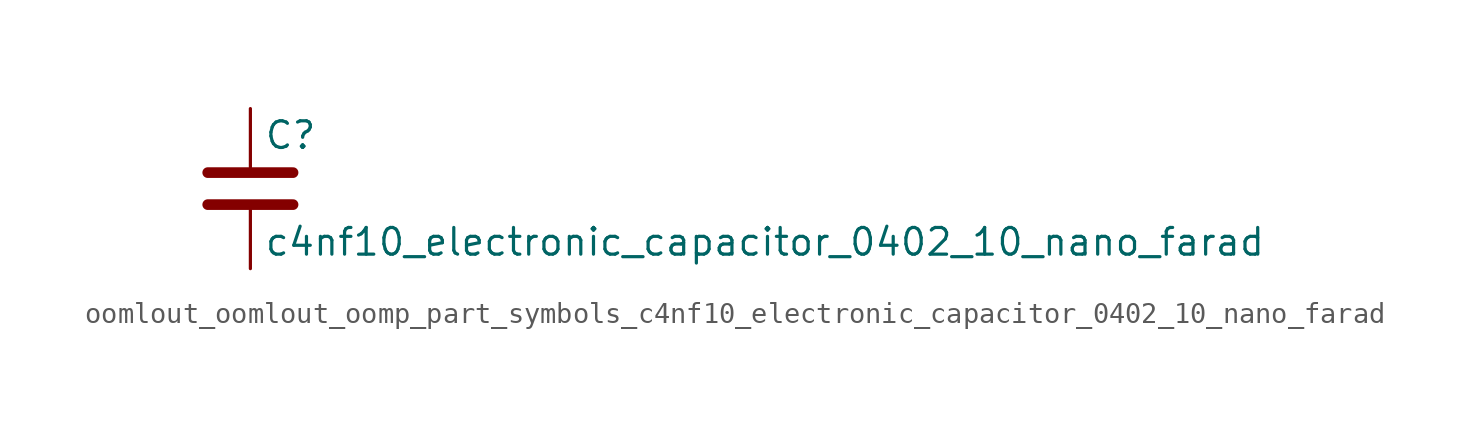
<source format=kicad_sym>
(kicad_symbol_lib
  (version 20220914)
  (generator kicad_symbol_editor)
  (symbol "oomlout_oomlout_oomp_part_symbols_c4nf10_electronic_capacitor_0402_10_nano_farad"
    (pin_numbers hide)
    (pin_names
      (offset 0.254))
    (property "Reference" "C"
      (at 0.635 2.54 0)
      (effects (font (size 1.27 1.27)) (justify left)))
    (property "Value" "c4nf10_electronic_capacitor_0402_10_nano_farad"
      (at 0.635 -2.54 0)
      (effects (font (size 1.27 1.27)) (justify left)))
    (symbol "oomlout_oomlout_oomp_part_symbols_c4nf10_electronic_capacitor_0402_10_nano_farad_0_1"
      (polyline (pts (xy -2.032 -0.762) (xy 2.032 -0.762)) (stroke (width 0.508) (type default)) (fill (type none)))
      (polyline (pts (xy -2.032 0.762) (xy 2.032 0.762)) (stroke (width 0.508) (type default)) (fill (type none))))
    (symbol "oomlout_oomlout_oomp_part_symbols_c4nf10_electronic_capacitor_0402_10_nano_farad_1_1"
      (pin passive line (at 0 3.81 270) (length 2.794) (name "~" (effects (font (size 1.27 1.27)))) (number "1" (effects (font (size 1.27 1.27)))))
      (pin passive line (at 0 -3.81 90) (length 2.794) (name "~" (effects (font (size 1.27 1.27)))) (number "2" (effects (font (size 1.27 1.27))))))))
</source>
